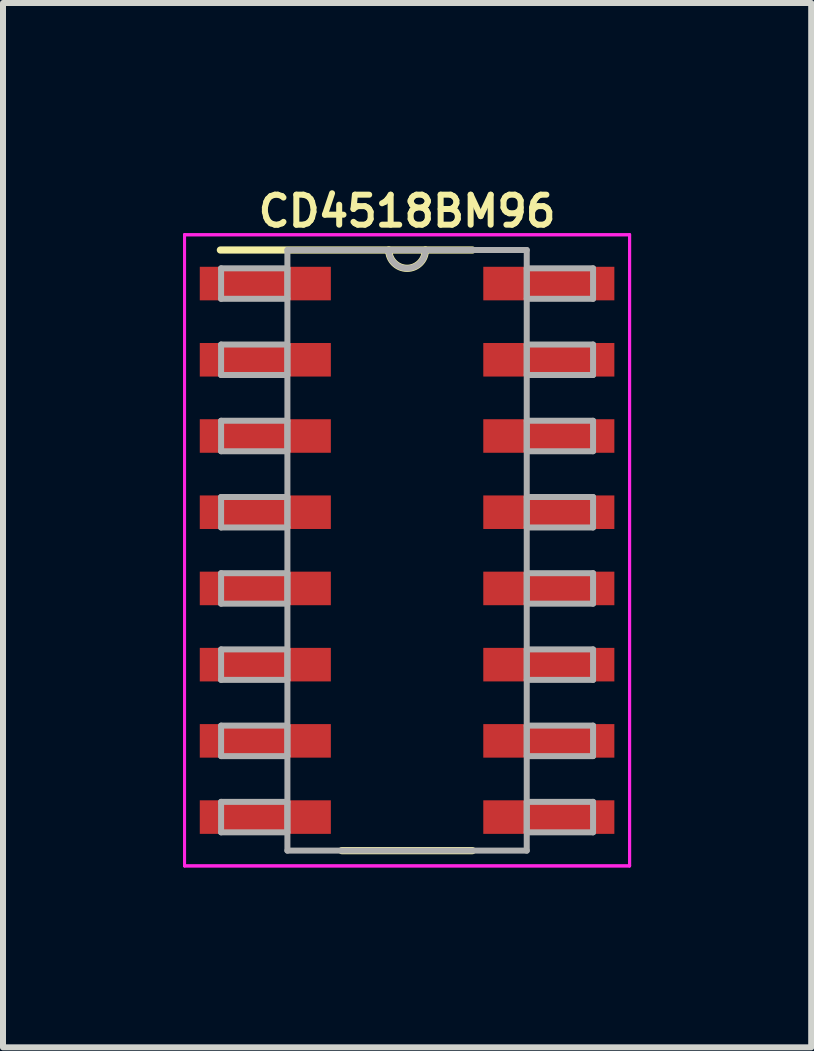
<source format=kicad_pcb>
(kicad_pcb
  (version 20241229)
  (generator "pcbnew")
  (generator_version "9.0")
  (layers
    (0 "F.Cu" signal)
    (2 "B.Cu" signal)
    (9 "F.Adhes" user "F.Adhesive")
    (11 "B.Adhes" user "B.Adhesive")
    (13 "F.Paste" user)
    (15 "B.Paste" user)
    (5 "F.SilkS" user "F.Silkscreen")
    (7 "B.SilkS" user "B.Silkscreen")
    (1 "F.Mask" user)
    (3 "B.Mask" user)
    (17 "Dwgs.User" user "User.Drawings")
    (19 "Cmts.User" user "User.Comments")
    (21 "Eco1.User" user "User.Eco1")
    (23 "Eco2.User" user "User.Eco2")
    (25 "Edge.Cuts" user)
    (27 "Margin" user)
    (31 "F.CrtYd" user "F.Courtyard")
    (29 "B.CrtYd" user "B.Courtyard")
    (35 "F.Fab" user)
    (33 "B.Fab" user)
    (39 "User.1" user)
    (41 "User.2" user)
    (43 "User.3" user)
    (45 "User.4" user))
  (footprint "CD4518BM96"
    (layer "F.Cu")
    (at 3.733 6.12)
    (property "Reference" "CD4518BM96" (at 0 -5.652 0) (layer "F.SilkS") (effects (font (size 0.5 0.5) (thickness 0.1))))
    (attr through_hole)
    (fp_line (start -1.089 5.004) (end 1.089 5.004) (stroke (width 0.12) (type solid)) (layer "F.SilkS"))
    (fp_line (start 1.089 -5.004) (end -3.111 -5.004) (stroke (width 0.12) (type solid)) (layer "F.SilkS"))
    (fp_arc (start 0.3048 -5.0038) (mid 0 -4.699) (end -0.3048 -5.0038) (stroke (width 0.12) (type solid)) (layer "F.SilkS"))
    (fp_line (start -3.708 -5.258) (end 3.708 -5.258) (stroke (width 0.05) (type solid)) (layer "F.CrtYd"))
    (fp_line (start -3.708 -5.258) (end 3.708 -5.258) (stroke (width 0.05) (type solid)) (layer "F.CrtYd"))
    (fp_line (start -3.708 5.258) (end -3.708 -5.258) (stroke (width 0.05) (type solid)) (layer "F.CrtYd"))
    (fp_line (start -3.708 5.258) (end -3.708 -5.258) (stroke (width 0.05) (type solid)) (layer "F.CrtYd"))
    (fp_line (start 3.708 -5.258) (end 3.708 5.258) (stroke (width 0.05) (type solid)) (layer "F.CrtYd"))
    (fp_line (start 3.708 -5.258) (end 3.708 5.258) (stroke (width 0.05) (type solid)) (layer "F.CrtYd"))
    (fp_line (start 3.708 5.258) (end -3.708 5.258) (stroke (width 0.05) (type solid)) (layer "F.CrtYd"))
    (fp_line (start 3.708 5.258) (end -3.708 5.258) (stroke (width 0.05) (type solid)) (layer "F.CrtYd"))
    (fp_line (start -3.099 -4.699) (end -3.099 -4.191) (stroke (width 0.1) (type solid)) (layer "F.Fab"))
    (fp_line (start -3.099 -4.191) (end -1.994 -4.191) (stroke (width 0.1) (type solid)) (layer "F.Fab"))
    (fp_line (start -3.099 -3.429) (end -3.099 -2.921) (stroke (width 0.1) (type solid)) (layer "F.Fab"))
    (fp_line (start -3.099 -2.921) (end -1.994 -2.921) (stroke (width 0.1) (type solid)) (layer "F.Fab"))
    (fp_line (start -3.099 -2.159) (end -3.099 -1.651) (stroke (width 0.1) (type solid)) (layer "F.Fab"))
    (fp_line (start -3.099 -1.651) (end -1.994 -1.651) (stroke (width 0.1) (type solid)) (layer "F.Fab"))
    (fp_line (start -3.099 -0.889) (end -3.099 -0.381) (stroke (width 0.1) (type solid)) (layer "F.Fab"))
    (fp_line (start -3.099 -0.381) (end -1.994 -0.381) (stroke (width 0.1) (type solid)) (layer "F.Fab"))
    (fp_line (start -3.099 0.381) (end -3.099 0.889) (stroke (width 0.1) (type solid)) (layer "F.Fab"))
    (fp_line (start -3.099 0.889) (end -1.994 0.889) (stroke (width 0.1) (type solid)) (layer "F.Fab"))
    (fp_line (start -3.099 1.651) (end -3.099 2.159) (stroke (width 0.1) (type solid)) (layer "F.Fab"))
    (fp_line (start -3.099 2.159) (end -1.994 2.159) (stroke (width 0.1) (type solid)) (layer "F.Fab"))
    (fp_line (start -3.099 2.921) (end -3.099 3.429) (stroke (width 0.1) (type solid)) (layer "F.Fab"))
    (fp_line (start -3.099 3.429) (end -1.994 3.429) (stroke (width 0.1) (type solid)) (layer "F.Fab"))
    (fp_line (start -3.099 4.191) (end -3.099 4.699) (stroke (width 0.1) (type solid)) (layer "F.Fab"))
    (fp_line (start -3.099 4.699) (end -1.994 4.699) (stroke (width 0.1) (type solid)) (layer "F.Fab"))
    (fp_line (start -1.994 -5.004) (end -1.994 5.004) (stroke (width 0.1) (type solid)) (layer "F.Fab"))
    (fp_line (start -1.994 -4.699) (end -3.099 -4.699) (stroke (width 0.1) (type solid)) (layer "F.Fab"))
    (fp_line (start -1.994 -4.191) (end -1.994 -4.699) (stroke (width 0.1) (type solid)) (layer "F.Fab"))
    (fp_line (start -1.994 -3.429) (end -3.099 -3.429) (stroke (width 0.1) (type solid)) (layer "F.Fab"))
    (fp_line (start -1.994 -2.921) (end -1.994 -3.429) (stroke (width 0.1) (type solid)) (layer "F.Fab"))
    (fp_line (start -1.994 -2.159) (end -3.099 -2.159) (stroke (width 0.1) (type solid)) (layer "F.Fab"))
    (fp_line (start -1.994 -1.651) (end -1.994 -2.159) (stroke (width 0.1) (type solid)) (layer "F.Fab"))
    (fp_line (start -1.994 -0.889) (end -3.099 -0.889) (stroke (width 0.1) (type solid)) (layer "F.Fab"))
    (fp_line (start -1.994 -0.381) (end -1.994 -0.889) (stroke (width 0.1) (type solid)) (layer "F.Fab"))
    (fp_line (start -1.994 0.381) (end -3.099 0.381) (stroke (width 0.1) (type solid)) (layer "F.Fab"))
    (fp_line (start -1.994 0.889) (end -1.994 0.381) (stroke (width 0.1) (type solid)) (layer "F.Fab"))
    (fp_line (start -1.994 1.651) (end -3.099 1.651) (stroke (width 0.1) (type solid)) (layer "F.Fab"))
    (fp_line (start -1.994 2.159) (end -1.994 1.651) (stroke (width 0.1) (type solid)) (layer "F.Fab"))
    (fp_line (start -1.994 2.921) (end -3.099 2.921) (stroke (width 0.1) (type solid)) (layer "F.Fab"))
    (fp_line (start -1.994 3.429) (end -1.994 2.921) (stroke (width 0.1) (type solid)) (layer "F.Fab"))
    (fp_line (start -1.994 4.191) (end -3.099 4.191) (stroke (width 0.1) (type solid)) (layer "F.Fab"))
    (fp_line (start -1.994 4.699) (end -1.994 4.191) (stroke (width 0.1) (type solid)) (layer "F.Fab"))
    (fp_line (start -1.994 5.004) (end 1.994 5.004) (stroke (width 0.1) (type solid)) (layer "F.Fab"))
    (fp_line (start 1.994 -5.004) (end -1.994 -5.004) (stroke (width 0.1) (type solid)) (layer "F.Fab"))
    (fp_line (start 1.994 -4.699) (end 1.994 -4.191) (stroke (width 0.1) (type solid)) (layer "F.Fab"))
    (fp_line (start 1.994 -4.191) (end 3.099 -4.191) (stroke (width 0.1) (type solid)) (layer "F.Fab"))
    (fp_line (start 1.994 -3.429) (end 1.994 -2.921) (stroke (width 0.1) (type solid)) (layer "F.Fab"))
    (fp_line (start 1.994 -2.921) (end 3.099 -2.921) (stroke (width 0.1) (type solid)) (layer "F.Fab"))
    (fp_line (start 1.994 -2.159) (end 1.994 -1.651) (stroke (width 0.1) (type solid)) (layer "F.Fab"))
    (fp_line (start 1.994 -1.651) (end 3.099 -1.651) (stroke (width 0.1) (type solid)) (layer "F.Fab"))
    (fp_line (start 1.994 -0.889) (end 1.994 -0.381) (stroke (width 0.1) (type solid)) (layer "F.Fab"))
    (fp_line (start 1.994 -0.381) (end 3.099 -0.381) (stroke (width 0.1) (type solid)) (layer "F.Fab"))
    (fp_line (start 1.994 0.381) (end 1.994 0.889) (stroke (width 0.1) (type solid)) (layer "F.Fab"))
    (fp_line (start 1.994 0.889) (end 3.099 0.889) (stroke (width 0.1) (type solid)) (layer "F.Fab"))
    (fp_line (start 1.994 1.651) (end 1.994 2.159) (stroke (width 0.1) (type solid)) (layer "F.Fab"))
    (fp_line (start 1.994 2.159) (end 3.099 2.159) (stroke (width 0.1) (type solid)) (layer "F.Fab"))
    (fp_line (start 1.994 2.921) (end 1.994 3.429) (stroke (width 0.1) (type solid)) (layer "F.Fab"))
    (fp_line (start 1.994 3.429) (end 3.099 3.429) (stroke (width 0.1) (type solid)) (layer "F.Fab"))
    (fp_line (start 1.994 4.191) (end 1.994 4.699) (stroke (width 0.1) (type solid)) (layer "F.Fab"))
    (fp_line (start 1.994 4.699) (end 3.099 4.699) (stroke (width 0.1) (type solid)) (layer "F.Fab"))
    (fp_line (start 1.994 5.004) (end 1.994 -5.004) (stroke (width 0.1) (type solid)) (layer "F.Fab"))
    (fp_line (start 3.099 -4.699) (end 1.994 -4.699) (stroke (width 0.1) (type solid)) (layer "F.Fab"))
    (fp_line (start 3.099 -4.191) (end 3.099 -4.699) (stroke (width 0.1) (type solid)) (layer "F.Fab"))
    (fp_line (start 3.099 -3.429) (end 1.994 -3.429) (stroke (width 0.1) (type solid)) (layer "F.Fab"))
    (fp_line (start 3.099 -2.921) (end 3.099 -3.429) (stroke (width 0.1) (type solid)) (layer "F.Fab"))
    (fp_line (start 3.099 -2.159) (end 1.994 -2.159) (stroke (width 0.1) (type solid)) (layer "F.Fab"))
    (fp_line (start 3.099 -1.651) (end 3.099 -2.159) (stroke (width 0.1) (type solid)) (layer "F.Fab"))
    (fp_line (start 3.099 -0.889) (end 1.994 -0.889) (stroke (width 0.1) (type solid)) (layer "F.Fab"))
    (fp_line (start 3.099 -0.381) (end 3.099 -0.889) (stroke (width 0.1) (type solid)) (layer "F.Fab"))
    (fp_line (start 3.099 0.381) (end 1.994 0.381) (stroke (width 0.1) (type solid)) (layer "F.Fab"))
    (fp_line (start 3.099 0.889) (end 3.099 0.381) (stroke (width 0.1) (type solid)) (layer "F.Fab"))
    (fp_line (start 3.099 1.651) (end 1.994 1.651) (stroke (width 0.1) (type solid)) (layer "F.Fab"))
    (fp_line (start 3.099 2.159) (end 3.099 1.651) (stroke (width 0.1) (type solid)) (layer "F.Fab"))
    (fp_line (start 3.099 2.921) (end 1.994 2.921) (stroke (width 0.1) (type solid)) (layer "F.Fab"))
    (fp_line (start 3.099 3.429) (end 3.099 2.921) (stroke (width 0.1) (type solid)) (layer "F.Fab"))
    (fp_line (start 3.099 4.191) (end 1.994 4.191) (stroke (width 0.1) (type solid)) (layer "F.Fab"))
    (fp_line (start 3.099 4.699) (end 3.099 4.191) (stroke (width 0.1) (type solid)) (layer "F.Fab"))
    (fp_arc (start 0.3048 -5.0038) (mid 0 -4.699) (end -0.3048 -5.0038) (stroke (width 0.1) (type solid)) (layer "F.Fab"))
    (pad "1" smd rect (at -2.362 -4.445) (size 2.184 0.559) (layers "F.Cu" "F.Mask" "F.Paste"))
    (pad "2" smd rect (at -2.362 -3.175) (size 2.184 0.559) (layers "F.Cu" "F.Mask" "F.Paste"))
    (pad "3" smd rect (at -2.362 -1.905) (size 2.184 0.559) (layers "F.Cu" "F.Mask" "F.Paste"))
    (pad "4" smd rect (at -2.362 -0.635) (size 2.184 0.559) (layers "F.Cu" "F.Mask" "F.Paste"))
    (pad "5" smd rect (at -2.362 0.635) (size 2.184 0.559) (layers "F.Cu" "F.Mask" "F.Paste"))
    (pad "6" smd rect (at -2.362 1.905) (size 2.184 0.559) (layers "F.Cu" "F.Mask" "F.Paste"))
    (pad "7" smd rect (at -2.362 3.175) (size 2.184 0.559) (layers "F.Cu" "F.Mask" "F.Paste"))
    (pad "8" smd rect (at -2.362 4.445) (size 2.184 0.559) (layers "F.Cu" "F.Mask" "F.Paste"))
    (pad "9" smd rect (at 2.362 4.445) (size 2.184 0.559) (layers "F.Cu" "F.Mask" "F.Paste"))
    (pad "10" smd rect (at 2.362 3.175) (size 2.184 0.559) (layers "F.Cu" "F.Mask" "F.Paste"))
    (pad "11" smd rect (at 2.362 1.905) (size 2.184 0.559) (layers "F.Cu" "F.Mask" "F.Paste"))
    (pad "12" smd rect (at 2.362 0.635) (size 2.184 0.559) (layers "F.Cu" "F.Mask" "F.Paste"))
    (pad "13" smd rect (at 2.362 -0.635) (size 2.184 0.559) (layers "F.Cu" "F.Mask" "F.Paste"))
    (pad "14" smd rect (at 2.362 -1.905) (size 2.184 0.559) (layers "F.Cu" "F.Mask" "F.Paste"))
    (pad "15" smd rect (at 2.362 -3.175) (size 2.184 0.559) (layers "F.Cu" "F.Mask" "F.Paste"))
    (pad "16" smd rect (at 2.362 -4.445) (size 2.184 0.559) (layers "F.Cu" "F.Mask" "F.Paste")))
  (gr_rect
    (start -3 -3)
    (end 10.467 14.402)
    (stroke (width 0.1) (type default))
    (fill no)
    (layer "Edge.Cuts")))
</source>
